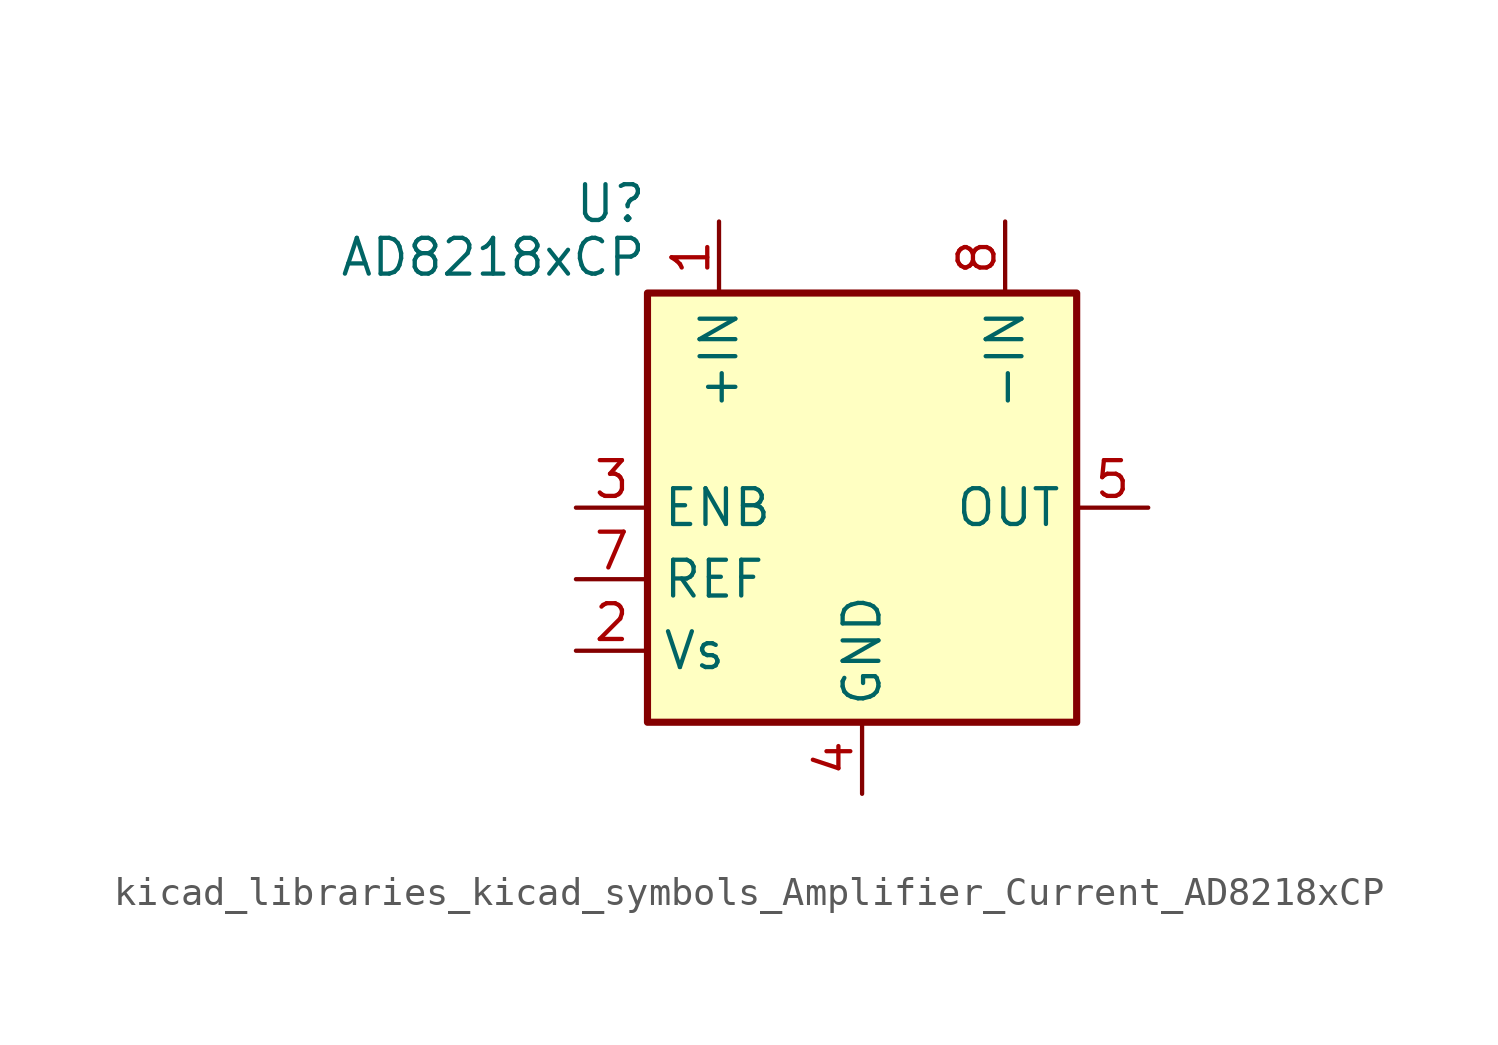
<source format=kicad_sym>
(kicad_symbol_lib
  (version 20220914)
  (generator kicad_symbol_editor)
  (symbol "kicad_libraries_kicad_symbols_Amplifier_Current_AD8218xCP"
    (property "Reference" "U"
      (at -7.62 10.795 0)
      (effects (font (size 1.27 1.27)) (justify right)))
    (property "Value" "AD8218xCP"
      (at -7.62 8.89 0)
      (effects (font (size 1.27 1.27)) (justify right)))
    (symbol "kicad_libraries_kicad_symbols_Amplifier_Current_AD8218xCP_0_1"
      (rectangle (start -7.62 7.62) (end 7.62 -7.62) (stroke (width 0.254) (type default)) (fill (type background))))
    (symbol "kicad_libraries_kicad_symbols_Amplifier_Current_AD8218xCP_1_1"
      (pin input line (at -5.08 10.16 270) (length 2.54) (name "+IN" (effects (font (size 1.27 1.27)))) (number "1" (effects (font (size 1.27 1.27)))))
      (pin passive line (at -10.16 -5.08 0) (length 2.54) (name "Vs" (effects (font (size 1.27 1.27)))) (number "2" (effects (font (size 1.27 1.27)))))
      (pin input line (at -10.16 0 0) (length 2.54) (name "ENB" (effects (font (size 1.27 1.27)))) (number "3" (effects (font (size 1.27 1.27)))))
      (pin power_in line (at 0 -10.16 90) (length 2.54) (name "GND" (effects (font (size 1.27 1.27)))) (number "4" (effects (font (size 1.27 1.27)))))
      (pin output line (at 10.16 0 180) (length 2.54) (name "OUT" (effects (font (size 1.27 1.27)))) (number "5" (effects (font (size 1.27 1.27)))))
      (pin no_connect line (at 2.54 -7.62 90) (length 2.54) hide (name "NC" (effects (font (size 1.27 1.27)))) (number "6" (effects (font (size 1.27 1.27)))))
      (pin input line (at -10.16 -2.54 0) (length 2.54) (name "REF" (effects (font (size 1.27 1.27)))) (number "7" (effects (font (size 1.27 1.27)))))
      (pin input line (at 5.08 10.16 270) (length 2.54) (name "-IN" (effects (font (size 1.27 1.27)))) (number "8" (effects (font (size 1.27 1.27)))))
      (pin passive line (at 0 -10.16 90) (length 2.54) hide (name "GND" (effects (font (size 1.27 1.27)))) (number "9" (effects (font (size 1.27 1.27))))))))
</source>
